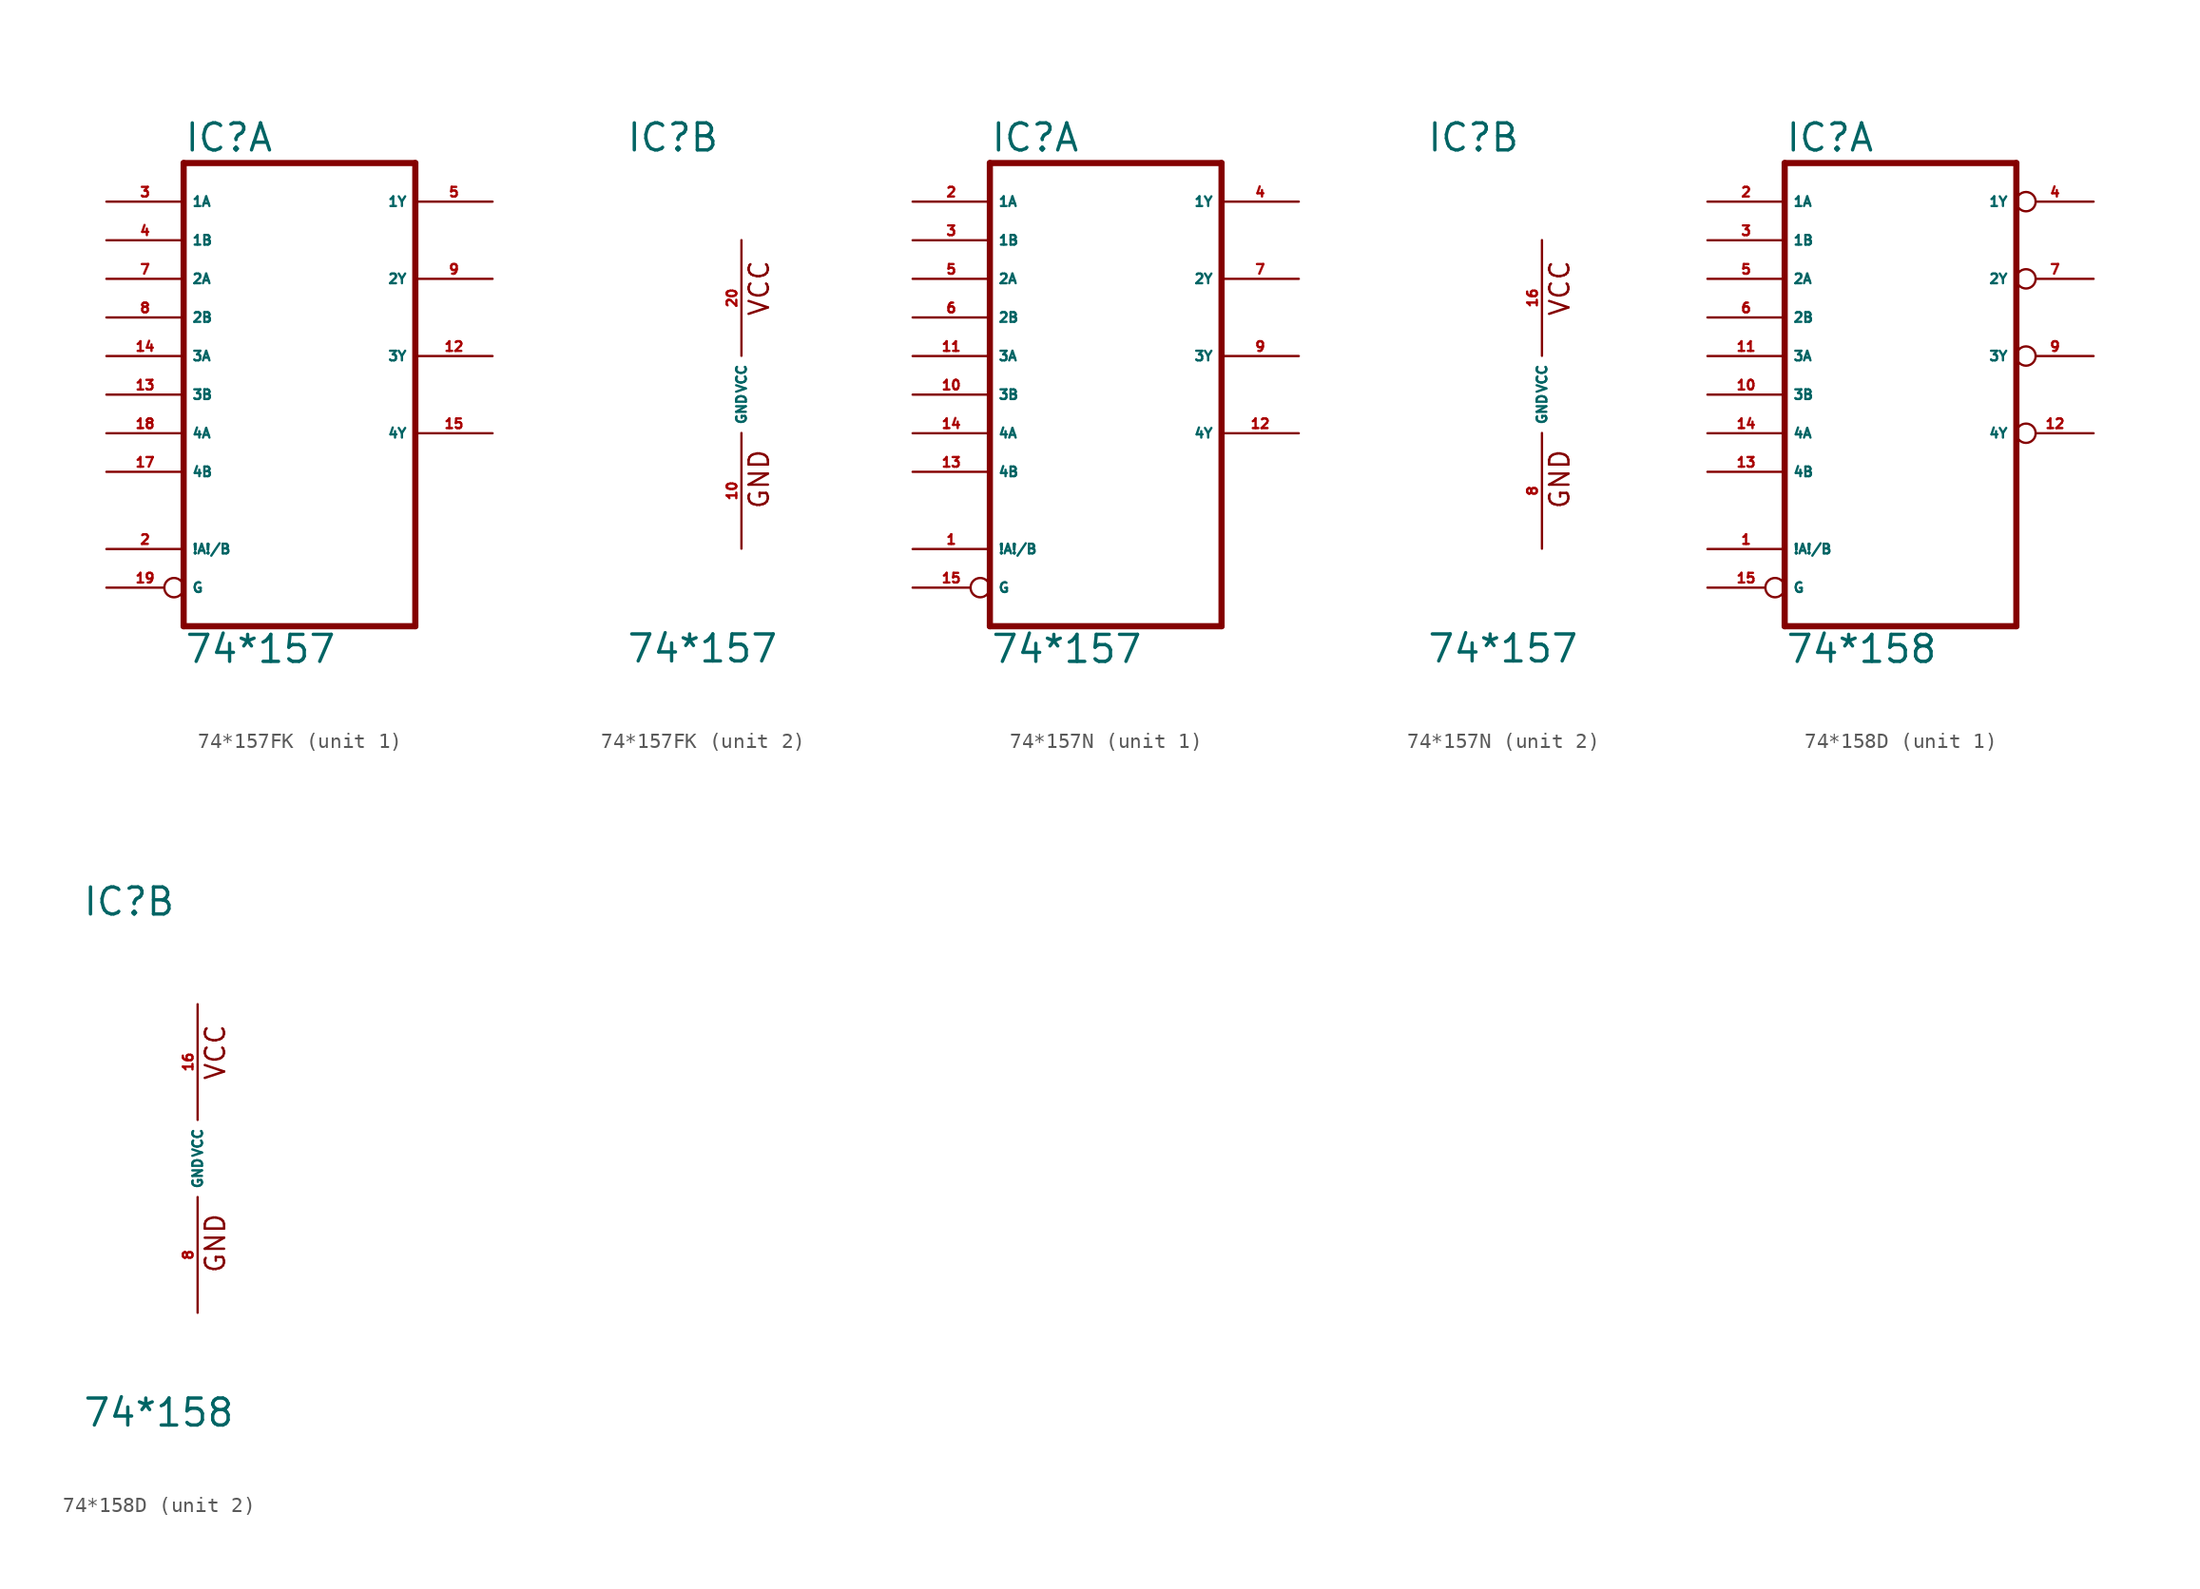
<source format=kicad_sym>
(kicad_symbol_lib
  (version 20220914)
  (generator Eagle2Kicad)
  (symbol "74*157FK"
    (property "Reference" "IC"
      (at -7.62 15.875 0)
      (effects (font (size 1.778 1.778) (thickness 0.22)) (justify left bottom)))
    (property "Value" "74*157"
      (at -7.62 -17.78 0)
      (effects (font (size 1.778 1.778) (thickness 0.22)) (justify left bottom)))
    (symbol "74*157FK_1_0"
      (polyline (pts (xy -7.62 -15.24) (xy 7.62 -15.24)) (stroke (width 0.406) (type default)) (fill (type none)))
      (polyline (pts (xy 7.62 -15.24) (xy 7.62 15.24)) (stroke (width 0.406) (type default)) (fill (type none)))
      (polyline (pts (xy 7.62 15.24) (xy -7.62 15.24)) (stroke (width 0.406) (type default)) (fill (type none)))
      (polyline (pts (xy -7.62 15.24) (xy -7.62 -15.24)) (stroke (width 0.406) (type default)) (fill (type none)))
      (pin input line (at -12.7 -10.16 0) (length 5.08) (name "!A!/B" (effects (font (size 0.635 0.635) (thickness 0.08)) (justify left bottom))) (number "2" (effects (font (size 0.635 0.635) (thickness 0.08)) (justify left bottom))))
      (pin input line (at -12.7 12.7 0) (length 5.08) (name "1A" (effects (font (size 0.635 0.635) (thickness 0.08)) (justify left bottom))) (number "3" (effects (font (size 0.635 0.635) (thickness 0.08)) (justify left bottom))))
      (pin input line (at -12.7 10.16 0) (length 5.08) (name "1B" (effects (font (size 0.635 0.635) (thickness 0.08)) (justify left bottom))) (number "4" (effects (font (size 0.635 0.635) (thickness 0.08)) (justify left bottom))))
      (pin output line (at 12.7 12.7 180) (length 5.08) (name "1Y" (effects (font (size 0.635 0.635) (thickness 0.08)) (justify left bottom))) (number "5" (effects (font (size 0.635 0.635) (thickness 0.08)) (justify left bottom))))
      (pin input line (at -12.7 7.62 0) (length 5.08) (name "2A" (effects (font (size 0.635 0.635) (thickness 0.08)) (justify left bottom))) (number "7" (effects (font (size 0.635 0.635) (thickness 0.08)) (justify left bottom))))
      (pin input line (at -12.7 5.08 0) (length 5.08) (name "2B" (effects (font (size 0.635 0.635) (thickness 0.08)) (justify left bottom))) (number "8" (effects (font (size 0.635 0.635) (thickness 0.08)) (justify left bottom))))
      (pin output line (at 12.7 7.62 180) (length 5.08) (name "2Y" (effects (font (size 0.635 0.635) (thickness 0.08)) (justify left bottom))) (number "9" (effects (font (size 0.635 0.635) (thickness 0.08)) (justify left bottom))))
      (pin output line (at 12.7 2.54 180) (length 5.08) (name "3Y" (effects (font (size 0.635 0.635) (thickness 0.08)) (justify left bottom))) (number "12" (effects (font (size 0.635 0.635) (thickness 0.08)) (justify left bottom))))
      (pin input line (at -12.7 0 0) (length 5.08) (name "3B" (effects (font (size 0.635 0.635) (thickness 0.08)) (justify left bottom))) (number "13" (effects (font (size 0.635 0.635) (thickness 0.08)) (justify left bottom))))
      (pin input line (at -12.7 2.54 0) (length 5.08) (name "3A" (effects (font (size 0.635 0.635) (thickness 0.08)) (justify left bottom))) (number "14" (effects (font (size 0.635 0.635) (thickness 0.08)) (justify left bottom))))
      (pin output line (at 12.7 -2.54 180) (length 5.08) (name "4Y" (effects (font (size 0.635 0.635) (thickness 0.08)) (justify left bottom))) (number "15" (effects (font (size 0.635 0.635) (thickness 0.08)) (justify left bottom))))
      (pin input line (at -12.7 -5.08 0) (length 5.08) (name "4B" (effects (font (size 0.635 0.635) (thickness 0.08)) (justify left bottom))) (number "17" (effects (font (size 0.635 0.635) (thickness 0.08)) (justify left bottom))))
      (pin input line (at -12.7 -2.54 0) (length 5.08) (name "4A" (effects (font (size 0.635 0.635) (thickness 0.08)) (justify left bottom))) (number "18" (effects (font (size 0.635 0.635) (thickness 0.08)) (justify left bottom))))
      (pin input inverted (at -12.7 -12.7 0) (length 5.08) (name "G" (effects (font (size 0.635 0.635) (thickness 0.08)) (justify left bottom))) (number "19" (effects (font (size 0.635 0.635) (thickness 0.08)) (justify left bottom)))))
    (symbol "74*157FK_2_0"
      (text "GND" (at 1.905 -7.62 900) (effects (font (size 1.27 1.27) (thickness 0.16)) (justify left bottom)))
      (text "VCC" (at 1.905 5.08 900) (effects (font (size 1.27 1.27) (thickness 0.16)) (justify left bottom)))
      (pin unspecified line (at 0 -10.16 90) (length 7.62) (name "GND" (effects (font (size 0.635 0.635) (thickness 0.08)) (justify left bottom))) (number "10" (effects (font (size 0.635 0.635) (thickness 0.08)) (justify left bottom))))
      (pin unspecified line (at 0 10.16 270) (length 7.62) (name "VCC" (effects (font (size 0.635 0.635) (thickness 0.08)) (justify left bottom))) (number "20" (effects (font (size 0.635 0.635) (thickness 0.08)) (justify left bottom))))))
  (symbol "74*157N"
    (property "Reference" "IC"
      (at -7.62 15.875 0)
      (effects (font (size 1.778 1.778) (thickness 0.22)) (justify left bottom)))
    (property "Value" "74*157"
      (at -7.62 -17.78 0)
      (effects (font (size 1.778 1.778) (thickness 0.22)) (justify left bottom)))
    (symbol "74*157N_1_0"
      (polyline (pts (xy -7.62 -15.24) (xy 7.62 -15.24)) (stroke (width 0.406) (type default)) (fill (type none)))
      (polyline (pts (xy 7.62 -15.24) (xy 7.62 15.24)) (stroke (width 0.406) (type default)) (fill (type none)))
      (polyline (pts (xy 7.62 15.24) (xy -7.62 15.24)) (stroke (width 0.406) (type default)) (fill (type none)))
      (polyline (pts (xy -7.62 15.24) (xy -7.62 -15.24)) (stroke (width 0.406) (type default)) (fill (type none)))
      (pin input line (at -12.7 -10.16 0) (length 5.08) (name "!A!/B" (effects (font (size 0.635 0.635) (thickness 0.08)) (justify left bottom))) (number "1" (effects (font (size 0.635 0.635) (thickness 0.08)) (justify left bottom))))
      (pin input line (at -12.7 12.7 0) (length 5.08) (name "1A" (effects (font (size 0.635 0.635) (thickness 0.08)) (justify left bottom))) (number "2" (effects (font (size 0.635 0.635) (thickness 0.08)) (justify left bottom))))
      (pin input line (at -12.7 10.16 0) (length 5.08) (name "1B" (effects (font (size 0.635 0.635) (thickness 0.08)) (justify left bottom))) (number "3" (effects (font (size 0.635 0.635) (thickness 0.08)) (justify left bottom))))
      (pin output line (at 12.7 12.7 180) (length 5.08) (name "1Y" (effects (font (size 0.635 0.635) (thickness 0.08)) (justify left bottom))) (number "4" (effects (font (size 0.635 0.635) (thickness 0.08)) (justify left bottom))))
      (pin input line (at -12.7 7.62 0) (length 5.08) (name "2A" (effects (font (size 0.635 0.635) (thickness 0.08)) (justify left bottom))) (number "5" (effects (font (size 0.635 0.635) (thickness 0.08)) (justify left bottom))))
      (pin input line (at -12.7 5.08 0) (length 5.08) (name "2B" (effects (font (size 0.635 0.635) (thickness 0.08)) (justify left bottom))) (number "6" (effects (font (size 0.635 0.635) (thickness 0.08)) (justify left bottom))))
      (pin output line (at 12.7 7.62 180) (length 5.08) (name "2Y" (effects (font (size 0.635 0.635) (thickness 0.08)) (justify left bottom))) (number "7" (effects (font (size 0.635 0.635) (thickness 0.08)) (justify left bottom))))
      (pin output line (at 12.7 2.54 180) (length 5.08) (name "3Y" (effects (font (size 0.635 0.635) (thickness 0.08)) (justify left bottom))) (number "9" (effects (font (size 0.635 0.635) (thickness 0.08)) (justify left bottom))))
      (pin input line (at -12.7 0 0) (length 5.08) (name "3B" (effects (font (size 0.635 0.635) (thickness 0.08)) (justify left bottom))) (number "10" (effects (font (size 0.635 0.635) (thickness 0.08)) (justify left bottom))))
      (pin input line (at -12.7 2.54 0) (length 5.08) (name "3A" (effects (font (size 0.635 0.635) (thickness 0.08)) (justify left bottom))) (number "11" (effects (font (size 0.635 0.635) (thickness 0.08)) (justify left bottom))))
      (pin output line (at 12.7 -2.54 180) (length 5.08) (name "4Y" (effects (font (size 0.635 0.635) (thickness 0.08)) (justify left bottom))) (number "12" (effects (font (size 0.635 0.635) (thickness 0.08)) (justify left bottom))))
      (pin input line (at -12.7 -5.08 0) (length 5.08) (name "4B" (effects (font (size 0.635 0.635) (thickness 0.08)) (justify left bottom))) (number "13" (effects (font (size 0.635 0.635) (thickness 0.08)) (justify left bottom))))
      (pin input line (at -12.7 -2.54 0) (length 5.08) (name "4A" (effects (font (size 0.635 0.635) (thickness 0.08)) (justify left bottom))) (number "14" (effects (font (size 0.635 0.635) (thickness 0.08)) (justify left bottom))))
      (pin input inverted (at -12.7 -12.7 0) (length 5.08) (name "G" (effects (font (size 0.635 0.635) (thickness 0.08)) (justify left bottom))) (number "15" (effects (font (size 0.635 0.635) (thickness 0.08)) (justify left bottom)))))
    (symbol "74*157N_2_0"
      (text "GND" (at 1.905 -7.62 900) (effects (font (size 1.27 1.27) (thickness 0.16)) (justify left bottom)))
      (text "VCC" (at 1.905 5.08 900) (effects (font (size 1.27 1.27) (thickness 0.16)) (justify left bottom)))
      (pin unspecified line (at 0 -10.16 90) (length 7.62) (name "GND" (effects (font (size 0.635 0.635) (thickness 0.08)) (justify left bottom))) (number "8" (effects (font (size 0.635 0.635) (thickness 0.08)) (justify left bottom))))
      (pin unspecified line (at 0 10.16 270) (length 7.62) (name "VCC" (effects (font (size 0.635 0.635) (thickness 0.08)) (justify left bottom))) (number "16" (effects (font (size 0.635 0.635) (thickness 0.08)) (justify left bottom))))))
  (symbol "74*158D"
    (property "Reference" "IC"
      (at -7.62 15.875 0)
      (effects (font (size 1.778 1.778) (thickness 0.22)) (justify left bottom)))
    (property "Value" "74*158"
      (at -7.62 -17.78 0)
      (effects (font (size 1.778 1.778) (thickness 0.22)) (justify left bottom)))
    (symbol "74*158D_1_0"
      (polyline (pts (xy -7.62 -15.24) (xy 7.62 -15.24)) (stroke (width 0.406) (type default)) (fill (type none)))
      (polyline (pts (xy 7.62 -15.24) (xy 7.62 15.24)) (stroke (width 0.406) (type default)) (fill (type none)))
      (polyline (pts (xy 7.62 15.24) (xy -7.62 15.24)) (stroke (width 0.406) (type default)) (fill (type none)))
      (polyline (pts (xy -7.62 15.24) (xy -7.62 -15.24)) (stroke (width 0.406) (type default)) (fill (type none)))
      (pin input line (at -12.7 -10.16 0) (length 5.08) (name "!A!/B" (effects (font (size 0.635 0.635) (thickness 0.08)) (justify left bottom))) (number "1" (effects (font (size 0.635 0.635) (thickness 0.08)) (justify left bottom))))
      (pin input line (at -12.7 12.7 0) (length 5.08) (name "1A" (effects (font (size 0.635 0.635) (thickness 0.08)) (justify left bottom))) (number "2" (effects (font (size 0.635 0.635) (thickness 0.08)) (justify left bottom))))
      (pin input line (at -12.7 10.16 0) (length 5.08) (name "1B" (effects (font (size 0.635 0.635) (thickness 0.08)) (justify left bottom))) (number "3" (effects (font (size 0.635 0.635) (thickness 0.08)) (justify left bottom))))
      (pin output inverted (at 12.7 12.7 180) (length 5.08) (name "1Y" (effects (font (size 0.635 0.635) (thickness 0.08)) (justify left bottom))) (number "4" (effects (font (size 0.635 0.635) (thickness 0.08)) (justify left bottom))))
      (pin input line (at -12.7 7.62 0) (length 5.08) (name "2A" (effects (font (size 0.635 0.635) (thickness 0.08)) (justify left bottom))) (number "5" (effects (font (size 0.635 0.635) (thickness 0.08)) (justify left bottom))))
      (pin input line (at -12.7 5.08 0) (length 5.08) (name "2B" (effects (font (size 0.635 0.635) (thickness 0.08)) (justify left bottom))) (number "6" (effects (font (size 0.635 0.635) (thickness 0.08)) (justify left bottom))))
      (pin output inverted (at 12.7 7.62 180) (length 5.08) (name "2Y" (effects (font (size 0.635 0.635) (thickness 0.08)) (justify left bottom))) (number "7" (effects (font (size 0.635 0.635) (thickness 0.08)) (justify left bottom))))
      (pin output inverted (at 12.7 2.54 180) (length 5.08) (name "3Y" (effects (font (size 0.635 0.635) (thickness 0.08)) (justify left bottom))) (number "9" (effects (font (size 0.635 0.635) (thickness 0.08)) (justify left bottom))))
      (pin input line (at -12.7 0 0) (length 5.08) (name "3B" (effects (font (size 0.635 0.635) (thickness 0.08)) (justify left bottom))) (number "10" (effects (font (size 0.635 0.635) (thickness 0.08)) (justify left bottom))))
      (pin input line (at -12.7 2.54 0) (length 5.08) (name "3A" (effects (font (size 0.635 0.635) (thickness 0.08)) (justify left bottom))) (number "11" (effects (font (size 0.635 0.635) (thickness 0.08)) (justify left bottom))))
      (pin output inverted (at 12.7 -2.54 180) (length 5.08) (name "4Y" (effects (font (size 0.635 0.635) (thickness 0.08)) (justify left bottom))) (number "12" (effects (font (size 0.635 0.635) (thickness 0.08)) (justify left bottom))))
      (pin input line (at -12.7 -5.08 0) (length 5.08) (name "4B" (effects (font (size 0.635 0.635) (thickness 0.08)) (justify left bottom))) (number "13" (effects (font (size 0.635 0.635) (thickness 0.08)) (justify left bottom))))
      (pin input line (at -12.7 -2.54 0) (length 5.08) (name "4A" (effects (font (size 0.635 0.635) (thickness 0.08)) (justify left bottom))) (number "14" (effects (font (size 0.635 0.635) (thickness 0.08)) (justify left bottom))))
      (pin input inverted (at -12.7 -12.7 0) (length 5.08) (name "G" (effects (font (size 0.635 0.635) (thickness 0.08)) (justify left bottom))) (number "15" (effects (font (size 0.635 0.635) (thickness 0.08)) (justify left bottom)))))
    (symbol "74*158D_2_0"
      (text "GND" (at 1.905 -7.62 900) (effects (font (size 1.27 1.27) (thickness 0.16)) (justify left bottom)))
      (text "VCC" (at 1.905 5.08 900) (effects (font (size 1.27 1.27) (thickness 0.16)) (justify left bottom)))
      (pin unspecified line (at 0 -10.16 90) (length 7.62) (name "GND" (effects (font (size 0.635 0.635) (thickness 0.08)) (justify left bottom))) (number "8" (effects (font (size 0.635 0.635) (thickness 0.08)) (justify left bottom))))
      (pin unspecified line (at 0 10.16 270) (length 7.62) (name "VCC" (effects (font (size 0.635 0.635) (thickness 0.08)) (justify left bottom))) (number "16" (effects (font (size 0.635 0.635) (thickness 0.08)) (justify left bottom)))))))
</source>
